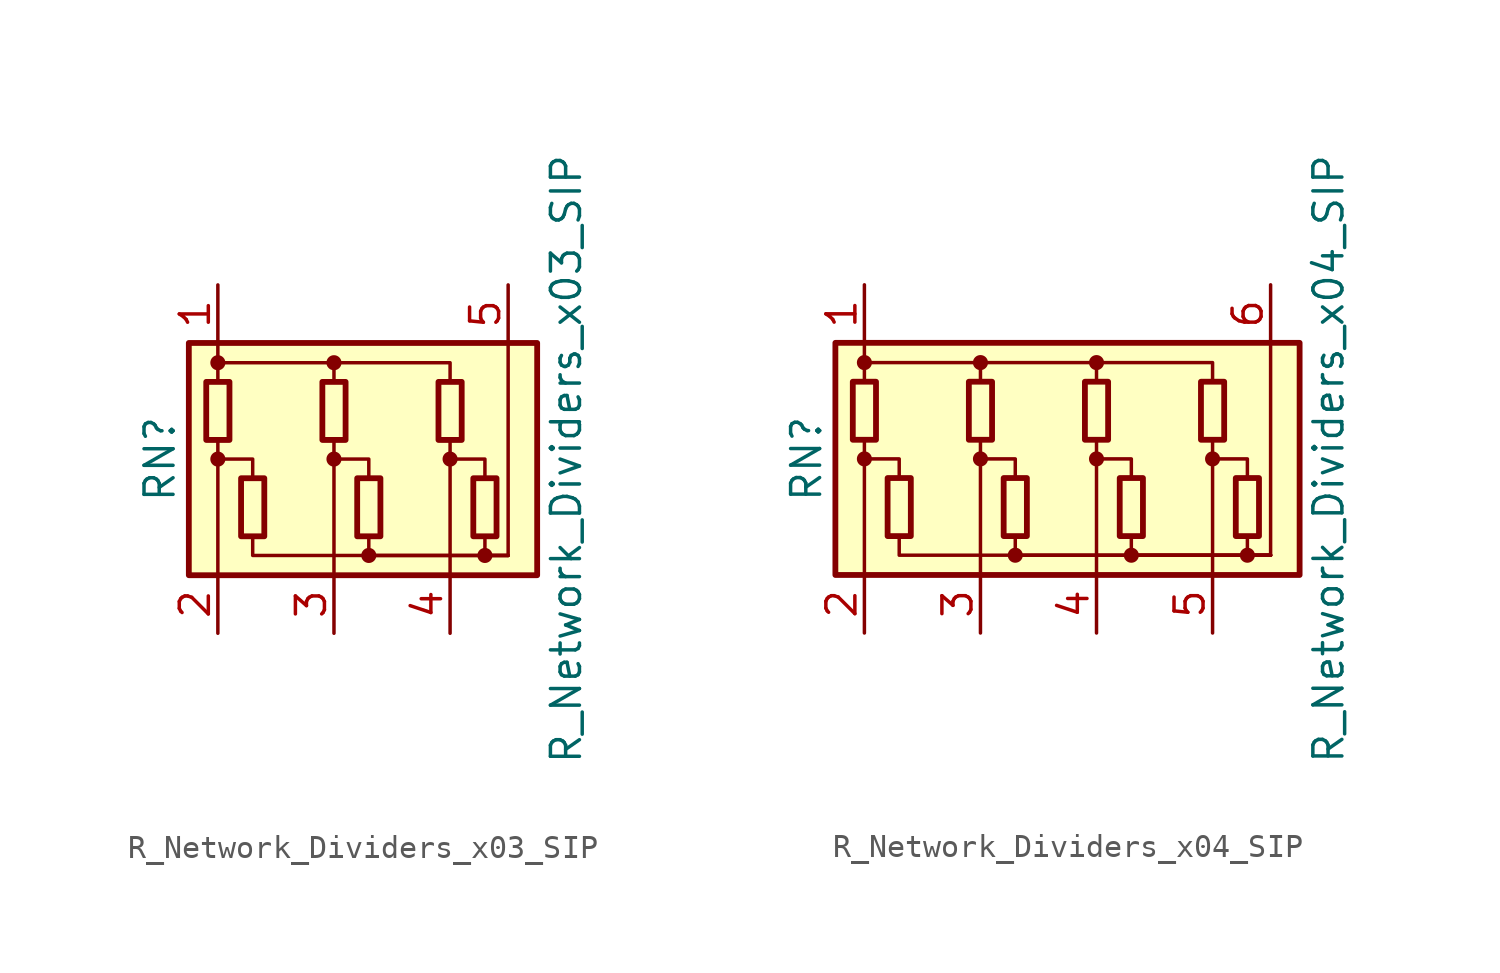
<source format=kicad_sym>
(kicad_symbol_lib
  (version 20211014)
  (generator kicad_symbol_editor)
  (symbol "R_Network_Dividers_x03_SIP"
    (pin_names
      (offset 0) hide)
    (property "Reference" "RN"
      (at -7.62 0 90)
      (effects (font (size 1.27 1.27))))
    (property "Value" "R_Network_Dividers_x03_SIP"
      (at 10.16 0 90)
      (effects (font (size 1.27 1.27))))
    (symbol "R_Network_Dividers_x03_SIP_0_1"
      (rectangle (start -6.35 -5.08) (end 8.89 5.08) (stroke (width 0.254) (type default) (color 0 0 0 0)) (fill (type background)))
      (rectangle (start -5.588 3.378) (end -4.572 0.838) (stroke (width 0.254) (type default) (color 0 0 0 0)) (fill (type none)))
      (circle (center -5.08 0) (radius 0.254) (stroke (width 0) (type default) (color 0 0 0 0)) (fill (type outline)))
      (circle (center -5.08 4.216) (radius 0.254) (stroke (width 0) (type default) (color 0 0 0 0)) (fill (type outline)))
      (rectangle (start -4.064 -3.378) (end -3.048 -0.838) (stroke (width 0.254) (type default) (color 0 0 0 0)) (fill (type none)))
      (rectangle (start -0.508 3.378) (end 0.508 0.838) (stroke (width 0.254) (type default) (color 0 0 0 0)) (fill (type none)))
      (polyline (pts (xy -5.08 -5.08) (xy -5.08 0.838)) (stroke (width 0) (type default) (color 0 0 0 0)) (fill (type none)))
      (polyline (pts (xy -5.08 5.08) (xy -5.08 3.378)) (stroke (width 0) (type default) (color 0 0 0 0)) (fill (type none)))
      (polyline (pts (xy 0 -5.08) (xy 0 0.838)) (stroke (width 0) (type default) (color 0 0 0 0)) (fill (type none)))
      (polyline (pts (xy 5.08 -5.08) (xy 5.08 0.838)) (stroke (width 0) (type default) (color 0 0 0 0)) (fill (type none)))
      (polyline (pts (xy 7.62 -4.216) (xy 7.62 5.08)) (stroke (width 0) (type default) (color 0 0 0 0)) (fill (type none)))
      (polyline (pts (xy -5.08 0) (xy -3.556 0) (xy -3.556 -0.838)) (stroke (width 0) (type default) (color 0 0 0 0)) (fill (type none)))
      (polyline (pts (xy -5.08 4.216) (xy 0 4.216) (xy 0 3.378)) (stroke (width 0) (type default) (color 0 0 0 0)) (fill (type none)))
      (polyline (pts (xy -3.556 -3.378) (xy -3.556 -4.216) (xy 7.62 -4.216)) (stroke (width 0) (type default) (color 0 0 0 0)) (fill (type none)))
      (polyline (pts (xy 0 0) (xy 1.524 0) (xy 1.524 -0.838)) (stroke (width 0) (type default) (color 0 0 0 0)) (fill (type none)))
      (polyline (pts (xy 0 4.216) (xy 5.08 4.216) (xy 5.08 3.378)) (stroke (width 0) (type default) (color 0 0 0 0)) (fill (type none)))
      (polyline (pts (xy 1.524 -3.378) (xy 1.524 -4.216) (xy 7.62 -4.216)) (stroke (width 0) (type default) (color 0 0 0 0)) (fill (type none)))
      (polyline (pts (xy 5.08 0) (xy 6.604 0) (xy 6.604 -0.838)) (stroke (width 0) (type default) (color 0 0 0 0)) (fill (type none)))
      (polyline (pts (xy 6.604 -3.378) (xy 6.604 -4.216) (xy 7.62 -4.216)) (stroke (width 0) (type default) (color 0 0 0 0)) (fill (type none)))
      (circle (center 0 0) (radius 0.254) (stroke (width 0) (type default) (color 0 0 0 0)) (fill (type outline)))
      (circle (center 0 4.216) (radius 0.254) (stroke (width 0) (type default) (color 0 0 0 0)) (fill (type outline)))
      (rectangle (start 1.016 -3.378) (end 2.032 -0.838) (stroke (width 0.254) (type default) (color 0 0 0 0)) (fill (type none)))
      (circle (center 1.524 -4.216) (radius 0.254) (stroke (width 0) (type default) (color 0 0 0 0)) (fill (type outline)))
      (rectangle (start 4.572 3.378) (end 5.588 0.838) (stroke (width 0.254) (type default) (color 0 0 0 0)) (fill (type none)))
      (circle (center 5.08 0) (radius 0.254) (stroke (width 0) (type default) (color 0 0 0 0)) (fill (type outline)))
      (rectangle (start 6.096 -3.378) (end 7.112 -0.838) (stroke (width 0.254) (type default) (color 0 0 0 0)) (fill (type none)))
      (circle (center 6.604 -4.216) (radius 0.254) (stroke (width 0) (type default) (color 0 0 0 0)) (fill (type outline))))
    (symbol "R_Network_Dividers_x03_SIP_1_1"
      (pin passive line (at -5.08 7.62 270) (length 2.54) (name "COM1" (effects (font (size 1.27 1.27)))) (number "1" (effects (font (size 1.27 1.27)))))
      (pin passive line (at -5.08 -7.62 90) (length 2.54) (name "R1" (effects (font (size 1.27 1.27)))) (number "2" (effects (font (size 1.27 1.27)))))
      (pin passive line (at 0 -7.62 90) (length 2.54) (name "R2" (effects (font (size 1.27 1.27)))) (number "3" (effects (font (size 1.27 1.27)))))
      (pin passive line (at 5.08 -7.62 90) (length 2.54) (name "R3" (effects (font (size 1.27 1.27)))) (number "4" (effects (font (size 1.27 1.27)))))
      (pin passive line (at 7.62 7.62 270) (length 2.54) (name "COM2" (effects (font (size 1.27 1.27)))) (number "5" (effects (font (size 1.27 1.27)))))))
  (symbol "R_Network_Dividers_x04_SIP"
    (pin_names
      (offset 0) hide)
    (property "Reference" "RN"
      (at -12.7 0 90)
      (effects (font (size 1.27 1.27))))
    (property "Value" "R_Network_Dividers_x04_SIP"
      (at 10.16 0 90)
      (effects (font (size 1.27 1.27))))
    (symbol "R_Network_Dividers_x04_SIP_0_1"
      (rectangle (start -11.43 -5.08) (end 8.89 5.08) (stroke (width 0.254) (type default) (color 0 0 0 0)) (fill (type background)))
      (rectangle (start -10.668 3.378) (end -9.652 0.838) (stroke (width 0.254) (type default) (color 0 0 0 0)) (fill (type none)))
      (circle (center -10.16 0) (radius 0.254) (stroke (width 0) (type default) (color 0 0 0 0)) (fill (type outline)))
      (circle (center -10.16 4.216) (radius 0.254) (stroke (width 0) (type default) (color 0 0 0 0)) (fill (type outline)))
      (rectangle (start -9.144 -3.378) (end -8.128 -0.838) (stroke (width 0.254) (type default) (color 0 0 0 0)) (fill (type none)))
      (rectangle (start -5.588 3.378) (end -4.572 0.838) (stroke (width 0.254) (type default) (color 0 0 0 0)) (fill (type none)))
      (circle (center -5.08 0) (radius 0.254) (stroke (width 0) (type default) (color 0 0 0 0)) (fill (type outline)))
      (circle (center -5.08 4.216) (radius 0.254) (stroke (width 0) (type default) (color 0 0 0 0)) (fill (type outline)))
      (rectangle (start -4.064 -3.378) (end -3.048 -0.838) (stroke (width 0.254) (type default) (color 0 0 0 0)) (fill (type none)))
      (circle (center -3.556 -4.216) (radius 0.254) (stroke (width 0) (type default) (color 0 0 0 0)) (fill (type outline)))
      (rectangle (start -0.508 3.378) (end 0.508 0.838) (stroke (width 0.254) (type default) (color 0 0 0 0)) (fill (type none)))
      (polyline (pts (xy -10.16 -5.08) (xy -10.16 0.838)) (stroke (width 0) (type default) (color 0 0 0 0)) (fill (type none)))
      (polyline (pts (xy -10.16 5.08) (xy -10.16 3.378)) (stroke (width 0) (type default) (color 0 0 0 0)) (fill (type none)))
      (polyline (pts (xy -5.08 -5.08) (xy -5.08 0.838)) (stroke (width 0) (type default) (color 0 0 0 0)) (fill (type none)))
      (polyline (pts (xy 0 -5.08) (xy 0 0.838)) (stroke (width 0) (type default) (color 0 0 0 0)) (fill (type none)))
      (polyline (pts (xy 5.08 -5.08) (xy 5.08 0.838)) (stroke (width 0) (type default) (color 0 0 0 0)) (fill (type none)))
      (polyline (pts (xy 7.62 -4.216) (xy 7.62 5.08)) (stroke (width 0) (type default) (color 0 0 0 0)) (fill (type none)))
      (polyline (pts (xy -10.16 0) (xy -8.636 0) (xy -8.636 -0.838)) (stroke (width 0) (type default) (color 0 0 0 0)) (fill (type none)))
      (polyline (pts (xy -10.16 4.216) (xy -5.08 4.216) (xy -5.08 3.378)) (stroke (width 0) (type default) (color 0 0 0 0)) (fill (type none)))
      (polyline (pts (xy -8.636 -3.378) (xy -8.636 -4.216) (xy 7.62 -4.216)) (stroke (width 0) (type default) (color 0 0 0 0)) (fill (type none)))
      (polyline (pts (xy -5.08 0) (xy -3.556 0) (xy -3.556 -0.838)) (stroke (width 0) (type default) (color 0 0 0 0)) (fill (type none)))
      (polyline (pts (xy -5.08 4.216) (xy 0 4.216) (xy 0 3.378)) (stroke (width 0) (type default) (color 0 0 0 0)) (fill (type none)))
      (polyline (pts (xy -3.556 -3.378) (xy -3.556 -4.216) (xy 7.62 -4.216)) (stroke (width 0) (type default) (color 0 0 0 0)) (fill (type none)))
      (polyline (pts (xy 0 0) (xy 1.524 0) (xy 1.524 -0.838)) (stroke (width 0) (type default) (color 0 0 0 0)) (fill (type none)))
      (polyline (pts (xy 0 4.216) (xy 5.08 4.216) (xy 5.08 3.378)) (stroke (width 0) (type default) (color 0 0 0 0)) (fill (type none)))
      (polyline (pts (xy 1.524 -3.378) (xy 1.524 -4.216) (xy 7.62 -4.216)) (stroke (width 0) (type default) (color 0 0 0 0)) (fill (type none)))
      (polyline (pts (xy 5.08 0) (xy 6.604 0) (xy 6.604 -0.838)) (stroke (width 0) (type default) (color 0 0 0 0)) (fill (type none)))
      (polyline (pts (xy 6.604 -3.378) (xy 6.604 -4.216) (xy 7.62 -4.216)) (stroke (width 0) (type default) (color 0 0 0 0)) (fill (type none)))
      (circle (center 0 0) (radius 0.254) (stroke (width 0) (type default) (color 0 0 0 0)) (fill (type outline)))
      (circle (center 0 4.216) (radius 0.254) (stroke (width 0) (type default) (color 0 0 0 0)) (fill (type outline)))
      (rectangle (start 1.016 -3.378) (end 2.032 -0.838) (stroke (width 0.254) (type default) (color 0 0 0 0)) (fill (type none)))
      (circle (center 1.524 -4.216) (radius 0.254) (stroke (width 0) (type default) (color 0 0 0 0)) (fill (type outline)))
      (rectangle (start 4.572 3.378) (end 5.588 0.838) (stroke (width 0.254) (type default) (color 0 0 0 0)) (fill (type none)))
      (circle (center 5.08 0) (radius 0.254) (stroke (width 0) (type default) (color 0 0 0 0)) (fill (type outline)))
      (rectangle (start 6.096 -3.378) (end 7.112 -0.838) (stroke (width 0.254) (type default) (color 0 0 0 0)) (fill (type none)))
      (circle (center 6.604 -4.216) (radius 0.254) (stroke (width 0) (type default) (color 0 0 0 0)) (fill (type outline))))
    (symbol "R_Network_Dividers_x04_SIP_1_1"
      (pin passive line (at -10.16 7.62 270) (length 2.54) (name "COM1" (effects (font (size 1.27 1.27)))) (number "1" (effects (font (size 1.27 1.27)))))
      (pin passive line (at -10.16 -7.62 90) (length 2.54) (name "R1" (effects (font (size 1.27 1.27)))) (number "2" (effects (font (size 1.27 1.27)))))
      (pin passive line (at -5.08 -7.62 90) (length 2.54) (name "R2" (effects (font (size 1.27 1.27)))) (number "3" (effects (font (size 1.27 1.27)))))
      (pin passive line (at 0 -7.62 90) (length 2.54) (name "R3" (effects (font (size 1.27 1.27)))) (number "4" (effects (font (size 1.27 1.27)))))
      (pin passive line (at 5.08 -7.62 90) (length 2.54) (name "R4" (effects (font (size 1.27 1.27)))) (number "5" (effects (font (size 1.27 1.27)))))
      (pin passive line (at 7.62 7.62 270) (length 2.54) (name "COM2" (effects (font (size 1.27 1.27)))) (number "6" (effects (font (size 1.27 1.27))))))))
</source>
